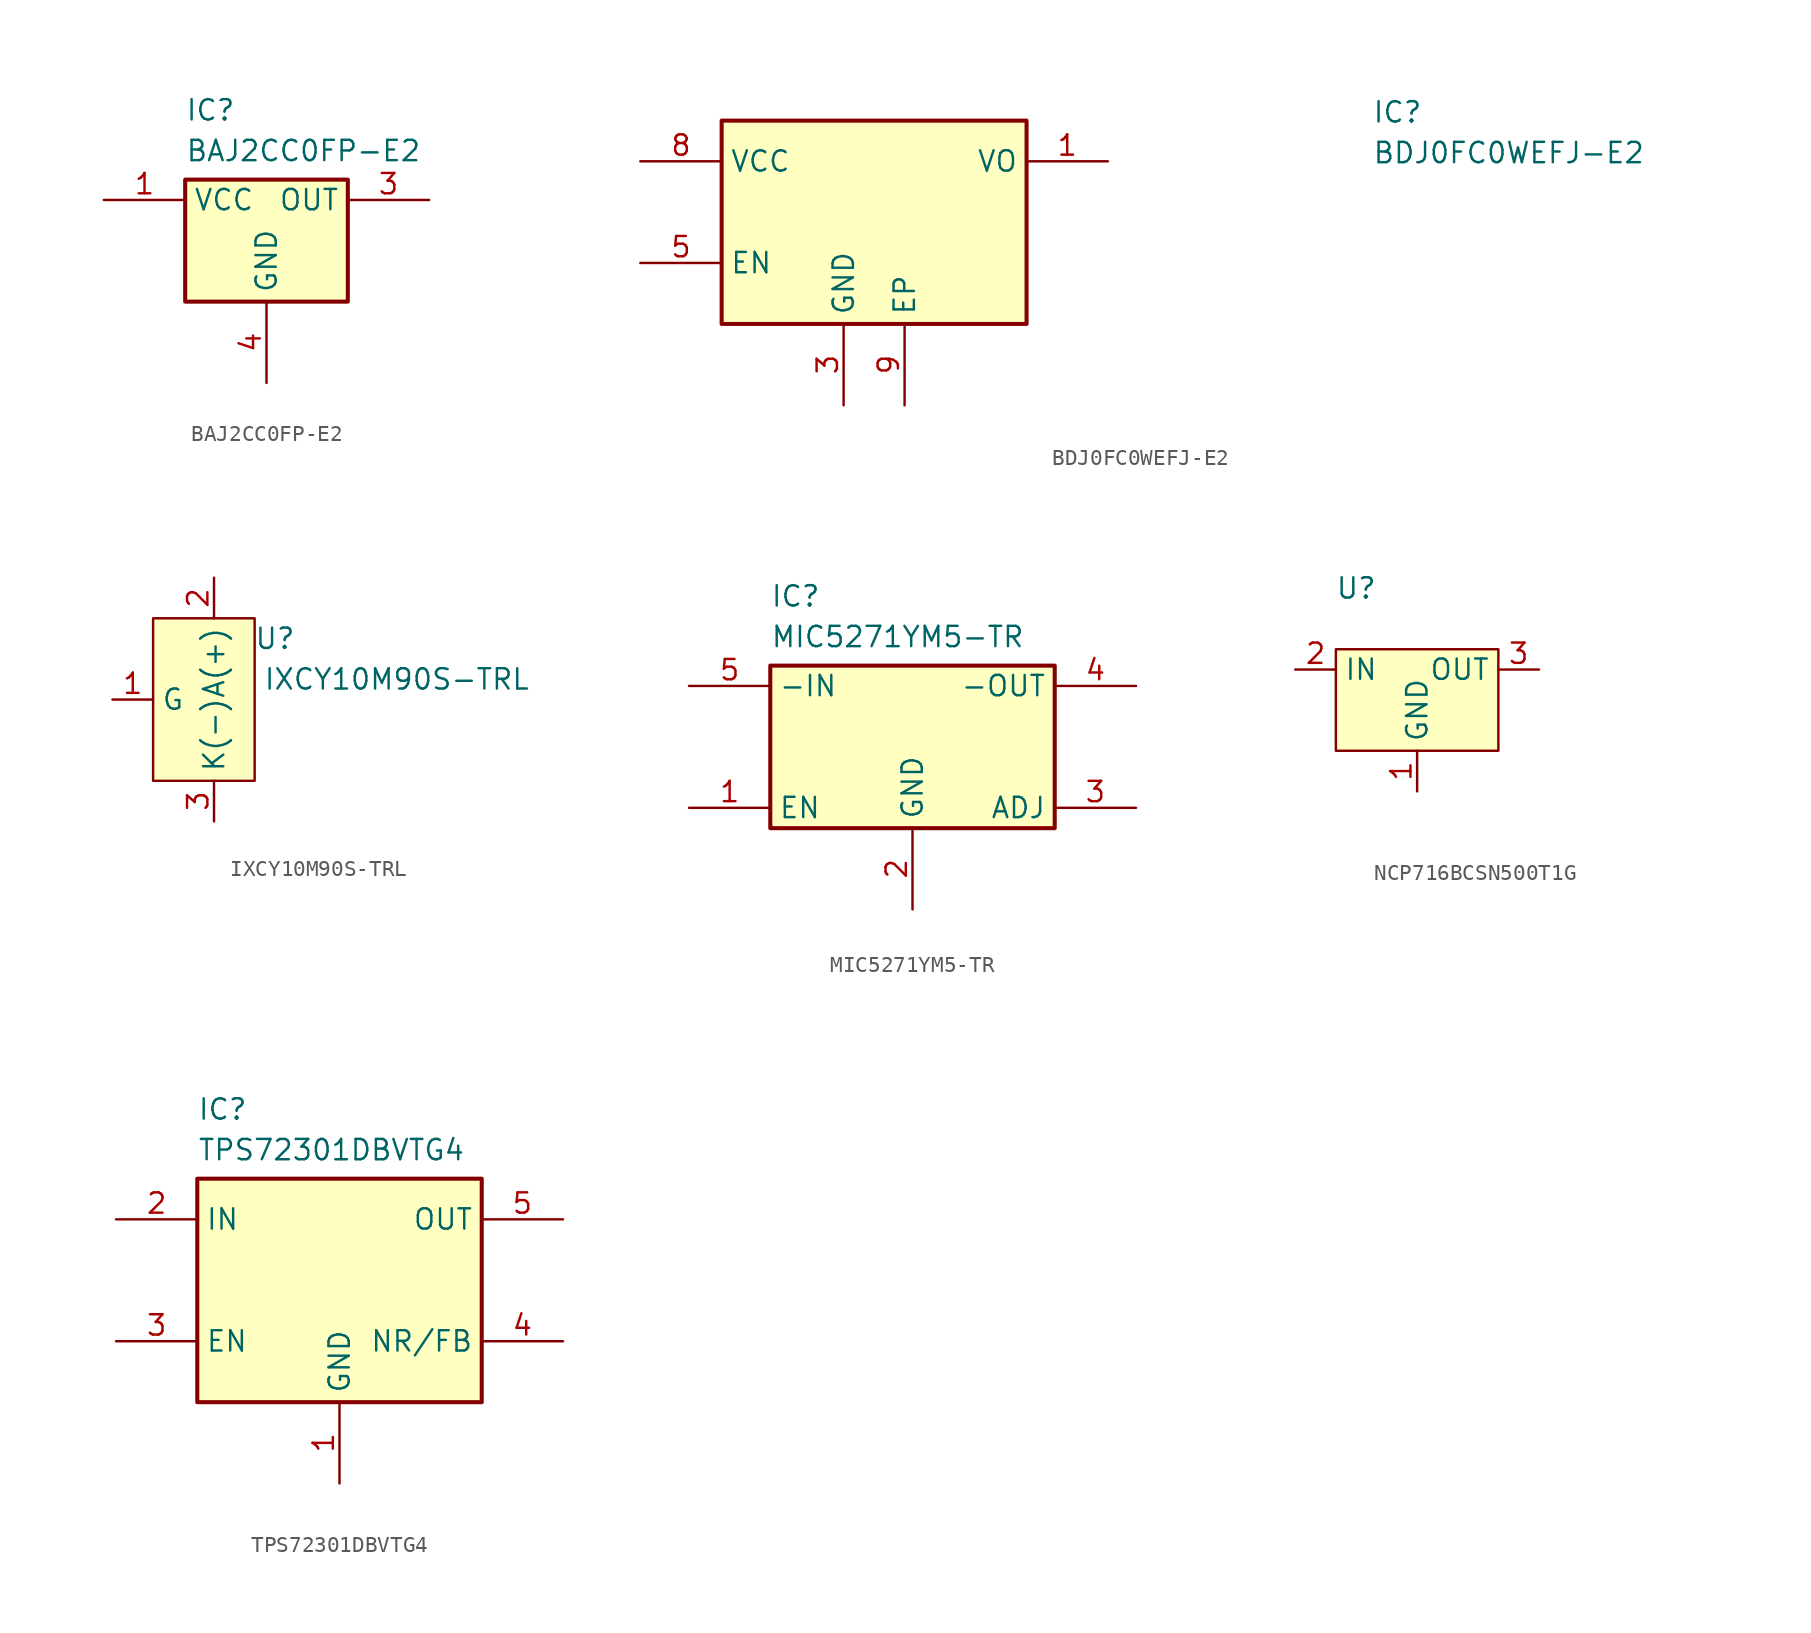
<source format=kicad_sym>
(kicad_symbol_lib
  (version 20220914)
  (generator kicad_symbol_editor)
  (symbol "BAJ2CC0FP-E2"
    (property "Reference" "IC"
      (at -5.08 7.62 0)
      (effects (font (size 1.27 1.27)) (justify left top)))
    (property "Value" "BAJ2CC0FP-E2"
      (at -5.08 5.08 0)
      (effects (font (size 1.27 1.27)) (justify left top)))
    (symbol "BAJ2CC0FP-E2_1_1"
      (rectangle (start -5.08 2.54) (end 5.08 -5.08) (stroke (width 0.254) (type default)) (fill (type background)))
      (pin power_in line (at -10.16 1.27 0) (length 5.08) (name "VCC" (effects (font (size 1.27 1.27)))) (number "1" (effects (font (size 1.27 1.27)))))
      (pin power_out line (at 10.16 1.27 180) (length 5.08) (name "OUT" (effects (font (size 1.27 1.27)))) (number "3" (effects (font (size 1.27 1.27)))))
      (pin passive line (at 0 -10.16 90) (length 5.08) (name "GND" (effects (font (size 1.27 1.27)))) (number "4" (effects (font (size 1.27 1.27)))))))
  (symbol "BDJ0FC0WEFJ-E2"
    (property "Reference" "IC"
      (at 31.75 7.62 0)
      (effects (font (size 1.27 1.27)) (justify left top)))
    (property "Value" "BDJ0FC0WEFJ-E2"
      (at 31.75 5.08 0)
      (effects (font (size 1.27 1.27)) (justify left top)))
    (symbol "BDJ0FC0WEFJ-E2_1_1"
      (rectangle (start -8.89 6.35) (end 10.16 -6.35) (stroke (width 0.254) (type default)) (fill (type background)))
      (pin power_out line (at 15.24 3.81 180) (length 5.08) (name "VO" (effects (font (size 1.27 1.27)))) (number "1" (effects (font (size 1.27 1.27)))))
      (pin no_connect line (at 35.56 -10.16 180) (length 5.08) hide (name "FB/N.C." (effects (font (size 1.27 1.27)))) (number "2" (effects (font (size 1.27 1.27)))))
      (pin passive line (at -1.27 -11.43 90) (length 5.08) (name "GND" (effects (font (size 1.27 1.27)))) (number "3" (effects (font (size 1.27 1.27)))))
      (pin no_connect line (at 35.56 -7.62 180) (length 5.08) hide (name "N.C_1" (effects (font (size 1.27 1.27)))) (number "4" (effects (font (size 1.27 1.27)))))
      (pin input line (at -13.97 -2.54 0) (length 5.08) (name "EN" (effects (font (size 1.27 1.27)))) (number "5" (effects (font (size 1.27 1.27)))))
      (pin no_connect line (at 35.56 -5.08 180) (length 5.08) hide (name "N.C_2" (effects (font (size 1.27 1.27)))) (number "6" (effects (font (size 1.27 1.27)))))
      (pin no_connect line (at 35.56 -2.54 180) (length 5.08) hide (name "N.C_3" (effects (font (size 1.27 1.27)))) (number "7" (effects (font (size 1.27 1.27)))))
      (pin power_in line (at -13.97 3.81 0) (length 5.08) (name "VCC" (effects (font (size 1.27 1.27)))) (number "8" (effects (font (size 1.27 1.27)))))
      (pin passive line (at 2.54 -11.43 90) (length 5.08) (name "EP" (effects (font (size 1.27 1.27)))) (number "9" (effects (font (size 1.27 1.27)))))))
  (symbol "IXCY10M90S-TRL"
    (property "Reference" "U"
      (at 3.81 3.81 0)
      (effects (font (size 1.27 1.27))))
    (property "Value" "IXCY10M90S-TRL"
      (at 11.43 1.27 0)
      (effects (font (size 1.27 1.27))))
    (symbol "IXCY10M90S-TRL_1_1"
      (rectangle (start -3.81 5.08) (end 2.54 -5.08) (stroke (width 0) (type default)) (fill (type background)))
      (pin input line (at -6.35 0 0) (length 2.54) (name "G" (effects (font (size 1.27 1.27)))) (number "1" (effects (font (size 1.27 1.27)))))
      (pin power_in line (at 0 7.62 270) (length 2.54) (name "A(+)" (effects (font (size 1.27 1.27)))) (number "2" (effects (font (size 1.27 1.27)))))
      (pin power_out line (at 0 -7.62 90) (length 2.54) (name "K(-)" (effects (font (size 1.27 1.27)))) (number "3" (effects (font (size 1.27 1.27)))))))
  (symbol "MIC5271YM5-TR"
    (property "Reference" "IC"
      (at -8.89 10.16 0)
      (effects (font (size 1.27 1.27)) (justify left top)))
    (property "Value" "MIC5271YM5-TR"
      (at -8.89 7.62 0)
      (effects (font (size 1.27 1.27)) (justify left top)))
    (symbol "MIC5271YM5-TR_1_1"
      (rectangle (start -8.89 5.08) (end 8.89 -5.08) (stroke (width 0.254) (type default)) (fill (type background)))
      (pin passive line (at -13.97 -3.81 0) (length 5.08) (name "EN" (effects (font (size 1.27 1.27)))) (number "1" (effects (font (size 1.27 1.27)))))
      (pin passive line (at 0 -10.16 90) (length 5.08) (name "GND" (effects (font (size 1.27 1.27)))) (number "2" (effects (font (size 1.27 1.27)))))
      (pin passive line (at 13.97 -3.81 180) (length 5.08) (name "ADJ" (effects (font (size 1.27 1.27)))) (number "3" (effects (font (size 1.27 1.27)))))
      (pin passive line (at 13.97 3.81 180) (length 5.08) (name "-OUT" (effects (font (size 1.27 1.27)))) (number "4" (effects (font (size 1.27 1.27)))))
      (pin passive line (at -13.97 3.81 0) (length 5.08) (name "-IN" (effects (font (size 1.27 1.27)))) (number "5" (effects (font (size 1.27 1.27)))))))
  (symbol "NCP716BCSN500T1G"
    (property "Reference" "U"
      (at -3.81 6.35 0)
      (effects (font (size 1.27 1.27))))
    (symbol "NCP716BCSN500T1G_1_1"
      (rectangle (start -5.08 2.54) (end 5.08 -3.81) (stroke (width 0) (type default)) (fill (type background)))
      (pin power_in line (at 0 -6.35 90) (length 2.54) (name "GND" (effects (font (size 1.27 1.27)))) (number "1" (effects (font (size 1.27 1.27)))))
      (pin power_in line (at -7.62 1.27 0) (length 2.54) (name "IN" (effects (font (size 1.27 1.27)))) (number "2" (effects (font (size 1.27 1.27)))))
      (pin power_in line (at 7.62 1.27 180) (length 2.54) (name "OUT" (effects (font (size 1.27 1.27)))) (number "3" (effects (font (size 1.27 1.27)))))
      (pin no_connect line (at 12.7 -6.35 0) (length 2.54) hide (name "" (effects (font (size 1.27 1.27)))) (number "4" (effects (font (size 1.27 1.27)))))
      (pin no_connect line (at 12.7 -8.89 0) (length 2.54) hide (name "" (effects (font (size 1.27 1.27)))) (number "5" (effects (font (size 1.27 1.27)))))))
  (symbol "TPS72301DBVTG4"
    (property "Reference" "IC"
      (at -8.89 11.43 0)
      (effects (font (size 1.27 1.27)) (justify left top)))
    (property "Value" "TPS72301DBVTG4"
      (at -8.89 8.89 0)
      (effects (font (size 1.27 1.27)) (justify left top)))
    (symbol "TPS72301DBVTG4_1_1"
      (rectangle (start -8.89 6.35) (end 8.89 -7.62) (stroke (width 0.254) (type default)) (fill (type background)))
      (pin passive line (at 0 -12.7 90) (length 5.08) (name "GND" (effects (font (size 1.27 1.27)))) (number "1" (effects (font (size 1.27 1.27)))))
      (pin passive line (at -13.97 3.81 0) (length 5.08) (name "IN" (effects (font (size 1.27 1.27)))) (number "2" (effects (font (size 1.27 1.27)))))
      (pin passive line (at -13.97 -3.81 0) (length 5.08) (name "EN" (effects (font (size 1.27 1.27)))) (number "3" (effects (font (size 1.27 1.27)))))
      (pin passive line (at 13.97 -3.81 180) (length 5.08) (name "NR/FB" (effects (font (size 1.27 1.27)))) (number "4" (effects (font (size 1.27 1.27)))))
      (pin passive line (at 13.97 3.81 180) (length 5.08) (name "OUT" (effects (font (size 1.27 1.27)))) (number "5" (effects (font (size 1.27 1.27))))))))
</source>
